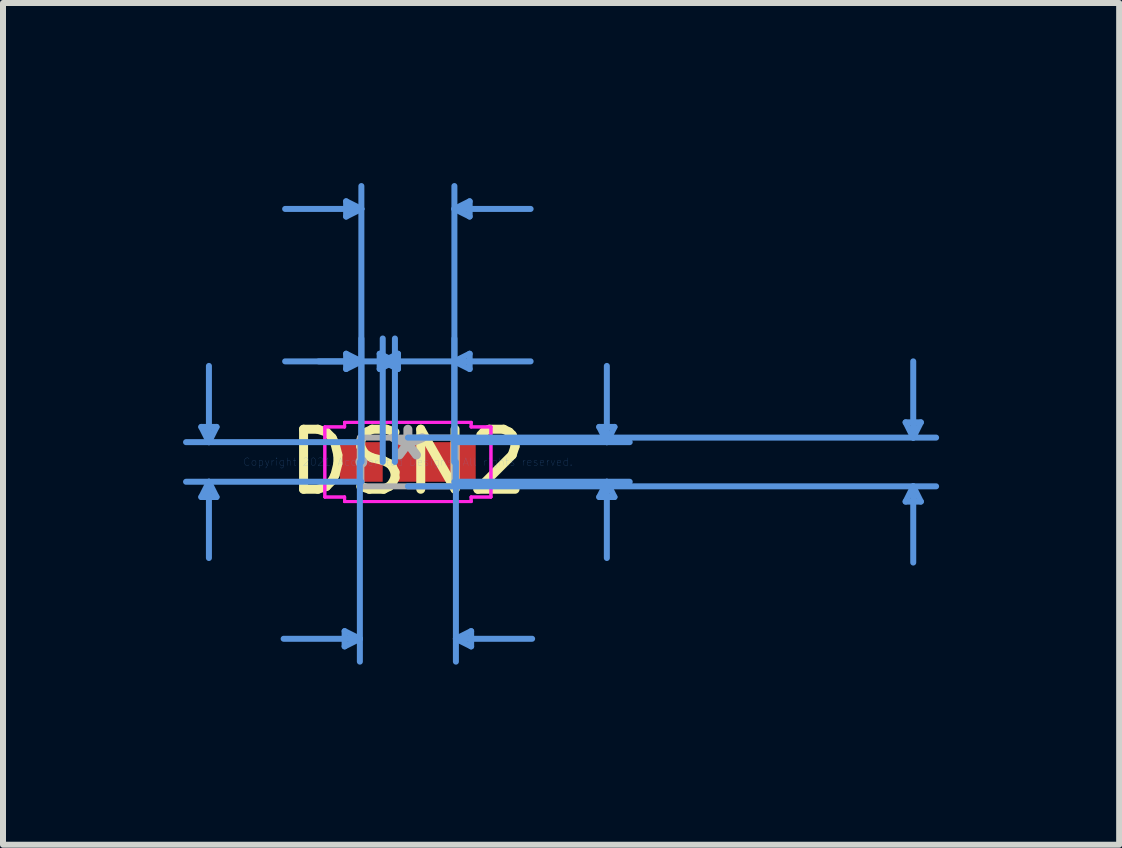
<source format=kicad_pcb>
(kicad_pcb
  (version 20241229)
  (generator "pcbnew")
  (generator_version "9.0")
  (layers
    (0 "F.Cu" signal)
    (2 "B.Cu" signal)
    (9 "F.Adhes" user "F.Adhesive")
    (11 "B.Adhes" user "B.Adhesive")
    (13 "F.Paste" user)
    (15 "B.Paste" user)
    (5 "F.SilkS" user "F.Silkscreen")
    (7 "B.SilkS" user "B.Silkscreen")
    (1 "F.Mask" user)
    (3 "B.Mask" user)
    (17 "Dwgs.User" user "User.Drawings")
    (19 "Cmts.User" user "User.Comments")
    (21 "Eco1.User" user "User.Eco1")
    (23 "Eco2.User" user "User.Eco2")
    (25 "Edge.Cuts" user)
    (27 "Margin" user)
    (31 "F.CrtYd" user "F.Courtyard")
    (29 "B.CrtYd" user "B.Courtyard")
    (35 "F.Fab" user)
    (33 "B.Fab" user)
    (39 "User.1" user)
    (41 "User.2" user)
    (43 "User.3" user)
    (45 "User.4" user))
  (footprint "DSN2"
    (layer "F.Cu")
    (at 3.746 4.647)
    (property "Reference" "DSN2" (at 0 0 0) (layer "F.SilkS") (effects (font (size 1 1) (thickness 0.15))))
    (attr through_hole)
    (fp_line (start -3.442 -0.584) (end -3.188 -0.584) (stroke (width 0.1) (type solid)) (layer "Cmts.User"))
    (fp_line (start -3.442 0.584) (end -3.188 0.584) (stroke (width 0.1) (type solid)) (layer "Cmts.User"))
    (fp_line (start -3.315 -0.33) (end -3.442 -0.584) (stroke (width 0.1) (type solid)) (layer "Cmts.User"))
    (fp_line (start -3.315 -0.33) (end -3.315 -1.6) (stroke (width 0.1) (type solid)) (layer "Cmts.User"))
    (fp_line (start -3.315 -0.33) (end -3.188 -0.584) (stroke (width 0.1) (type solid)) (layer "Cmts.User"))
    (fp_line (start -3.315 0.33) (end -3.442 0.584) (stroke (width 0.1) (type solid)) (layer "Cmts.User"))
    (fp_line (start -3.315 0.33) (end -3.315 1.6) (stroke (width 0.1) (type solid)) (layer "Cmts.User"))
    (fp_line (start -3.315 0.33) (end -3.188 0.584) (stroke (width 0.1) (type solid)) (layer "Cmts.User"))
    (fp_line (start -1.054 2.819) (end -1.054 3.073) (stroke (width 0.1) (type solid)) (layer "Cmts.User"))
    (fp_line (start -1.029 -4.343) (end -1.029 -4.089) (stroke (width 0.1) (type solid)) (layer "Cmts.User"))
    (fp_line (start -1.029 -1.803) (end -1.029 -1.549) (stroke (width 0.1) (type solid)) (layer "Cmts.User"))
    (fp_line (start -0.8 0) (end -0.8 3.327) (stroke (width 0.1) (type solid)) (layer "Cmts.User"))
    (fp_line (start -0.8 2.946) (end -2.07 2.946) (stroke (width 0.1) (type solid)) (layer "Cmts.User"))
    (fp_line (start -0.8 2.946) (end -1.054 2.819) (stroke (width 0.1) (type solid)) (layer "Cmts.User"))
    (fp_line (start -0.8 2.946) (end -1.054 3.073) (stroke (width 0.1) (type solid)) (layer "Cmts.User"))
    (fp_line (start -0.775 -4.216) (end -2.045 -4.216) (stroke (width 0.1) (type solid)) (layer "Cmts.User"))
    (fp_line (start -0.775 -4.216) (end -1.029 -4.343) (stroke (width 0.1) (type solid)) (layer "Cmts.User"))
    (fp_line (start -0.775 -4.216) (end -1.029 -4.089) (stroke (width 0.1) (type solid)) (layer "Cmts.User"))
    (fp_line (start -0.775 -1.676) (end -2.045 -1.676) (stroke (width 0.1) (type solid)) (layer "Cmts.User"))
    (fp_line (start -0.775 -1.676) (end -1.029 -1.803) (stroke (width 0.1) (type solid)) (layer "Cmts.User"))
    (fp_line (start -0.775 -1.676) (end -1.029 -1.549) (stroke (width 0.1) (type solid)) (layer "Cmts.User"))
    (fp_line (start -0.775 -0.33) (end -3.696 -0.33) (stroke (width 0.1) (type solid)) (layer "Cmts.User"))
    (fp_line (start -0.775 0) (end -0.775 -4.597) (stroke (width 0.1) (type solid)) (layer "Cmts.User"))
    (fp_line (start -0.775 0) (end -0.775 -2.057) (stroke (width 0.1) (type solid)) (layer "Cmts.User"))
    (fp_line (start -0.775 0.33) (end -3.696 0.33) (stroke (width 0.1) (type solid)) (layer "Cmts.User"))
    (fp_line (start -0.47 -1.803) (end -0.47 -1.549) (stroke (width 0.1) (type solid)) (layer "Cmts.User"))
    (fp_line (start -0.419 -1.676) (end -0.165 -1.803) (stroke (width 0.1) (type solid)) (layer "Cmts.User"))
    (fp_line (start -0.419 -1.676) (end -0.165 -1.549) (stroke (width 0.1) (type solid)) (layer "Cmts.User"))
    (fp_line (start -0.419 -1.676) (end 0.851 -1.676) (stroke (width 0.1) (type solid)) (layer "Cmts.User"))
    (fp_line (start -0.419 0) (end -0.419 -2.057) (stroke (width 0.1) (type solid)) (layer "Cmts.User"))
    (fp_line (start -0.216 -1.676) (end -1.486 -1.676) (stroke (width 0.1) (type solid)) (layer "Cmts.User"))
    (fp_line (start -0.216 -1.676) (end -0.47 -1.803) (stroke (width 0.1) (type solid)) (layer "Cmts.User"))
    (fp_line (start -0.216 -1.676) (end -0.47 -1.549) (stroke (width 0.1) (type solid)) (layer "Cmts.User"))
    (fp_line (start -0.216 0) (end -0.216 -2.057) (stroke (width 0.1) (type solid)) (layer "Cmts.User"))
    (fp_line (start -0.165 -1.803) (end -0.165 -1.549) (stroke (width 0.1) (type solid)) (layer "Cmts.User"))
    (fp_line (start 0 -0.406) (end 8.801 -0.406) (stroke (width 0.1) (type solid)) (layer "Cmts.User"))
    (fp_line (start 0 0.406) (end 8.801 0.406) (stroke (width 0.1) (type solid)) (layer "Cmts.User"))
    (fp_line (start 0.775 -4.216) (end 1.029 -4.343) (stroke (width 0.1) (type solid)) (layer "Cmts.User"))
    (fp_line (start 0.775 -4.216) (end 1.029 -4.089) (stroke (width 0.1) (type solid)) (layer "Cmts.User"))
    (fp_line (start 0.775 -4.216) (end 2.045 -4.216) (stroke (width 0.1) (type solid)) (layer "Cmts.User"))
    (fp_line (start 0.775 -1.676) (end 1.029 -1.803) (stroke (width 0.1) (type solid)) (layer "Cmts.User"))
    (fp_line (start 0.775 -1.676) (end 1.029 -1.549) (stroke (width 0.1) (type solid)) (layer "Cmts.User"))
    (fp_line (start 0.775 -1.676) (end 2.045 -1.676) (stroke (width 0.1) (type solid)) (layer "Cmts.User"))
    (fp_line (start 0.775 -0.33) (end 3.696 -0.33) (stroke (width 0.1) (type solid)) (layer "Cmts.User"))
    (fp_line (start 0.775 0) (end 0.775 -4.597) (stroke (width 0.1) (type solid)) (layer "Cmts.User"))
    (fp_line (start 0.775 0) (end 0.775 -2.057) (stroke (width 0.1) (type solid)) (layer "Cmts.User"))
    (fp_line (start 0.775 0.33) (end 3.696 0.33) (stroke (width 0.1) (type solid)) (layer "Cmts.User"))
    (fp_line (start 0.8 0) (end 0.8 3.327) (stroke (width 0.1) (type solid)) (layer "Cmts.User"))
    (fp_line (start 0.8 2.946) (end 1.054 2.819) (stroke (width 0.1) (type solid)) (layer "Cmts.User"))
    (fp_line (start 0.8 2.946) (end 1.054 3.073) (stroke (width 0.1) (type solid)) (layer "Cmts.User"))
    (fp_line (start 0.8 2.946) (end 2.07 2.946) (stroke (width 0.1) (type solid)) (layer "Cmts.User"))
    (fp_line (start 1.029 -4.343) (end 1.029 -4.089) (stroke (width 0.1) (type solid)) (layer "Cmts.User"))
    (fp_line (start 1.029 -1.803) (end 1.029 -1.549) (stroke (width 0.1) (type solid)) (layer "Cmts.User"))
    (fp_line (start 1.054 2.819) (end 1.054 3.073) (stroke (width 0.1) (type solid)) (layer "Cmts.User"))
    (fp_line (start 3.188 -0.584) (end 3.442 -0.584) (stroke (width 0.1) (type solid)) (layer "Cmts.User"))
    (fp_line (start 3.188 0.584) (end 3.442 0.584) (stroke (width 0.1) (type solid)) (layer "Cmts.User"))
    (fp_line (start 3.315 -0.33) (end 3.188 -0.584) (stroke (width 0.1) (type solid)) (layer "Cmts.User"))
    (fp_line (start 3.315 -0.33) (end 3.315 -1.6) (stroke (width 0.1) (type solid)) (layer "Cmts.User"))
    (fp_line (start 3.315 -0.33) (end 3.442 -0.584) (stroke (width 0.1) (type solid)) (layer "Cmts.User"))
    (fp_line (start 3.315 0.33) (end 3.188 0.584) (stroke (width 0.1) (type solid)) (layer "Cmts.User"))
    (fp_line (start 3.315 0.33) (end 3.315 1.6) (stroke (width 0.1) (type solid)) (layer "Cmts.User"))
    (fp_line (start 3.315 0.33) (end 3.442 0.584) (stroke (width 0.1) (type solid)) (layer "Cmts.User"))
    (fp_line (start 8.293 -0.66) (end 8.547 -0.66) (stroke (width 0.1) (type solid)) (layer "Cmts.User"))
    (fp_line (start 8.293 0.66) (end 8.547 0.66) (stroke (width 0.1) (type solid)) (layer "Cmts.User"))
    (fp_line (start 8.42 -0.406) (end 8.293 -0.66) (stroke (width 0.1) (type solid)) (layer "Cmts.User"))
    (fp_line (start 8.42 -0.406) (end 8.42 -1.676) (stroke (width 0.1) (type solid)) (layer "Cmts.User"))
    (fp_line (start 8.42 -0.406) (end 8.547 -0.66) (stroke (width 0.1) (type solid)) (layer "Cmts.User"))
    (fp_line (start 8.42 0.406) (end 8.293 0.66) (stroke (width 0.1) (type solid)) (layer "Cmts.User"))
    (fp_line (start 8.42 0.406) (end 8.42 1.676) (stroke (width 0.1) (type solid)) (layer "Cmts.User"))
    (fp_line (start 8.42 0.406) (end 8.547 0.66) (stroke (width 0.1) (type solid)) (layer "Cmts.User"))
    (fp_line (start -1.384 -0.584) (end -1.054 -0.584) (stroke (width 0.05) (type solid)) (layer "F.CrtYd"))
    (fp_line (start -1.384 -0.584) (end -1.054 -0.584) (stroke (width 0.05) (type solid)) (layer "F.CrtYd"))
    (fp_line (start -1.384 0.584) (end -1.384 -0.584) (stroke (width 0.05) (type solid)) (layer "F.CrtYd"))
    (fp_line (start -1.384 0.584) (end -1.384 -0.584) (stroke (width 0.05) (type solid)) (layer "F.CrtYd"))
    (fp_line (start -1.054 -0.66) (end 1.054 -0.66) (stroke (width 0.05) (type solid)) (layer "F.CrtYd"))
    (fp_line (start -1.054 -0.66) (end 1.054 -0.66) (stroke (width 0.05) (type solid)) (layer "F.CrtYd"))
    (fp_line (start -1.054 -0.584) (end -1.054 -0.66) (stroke (width 0.05) (type solid)) (layer "F.CrtYd"))
    (fp_line (start -1.054 -0.584) (end -1.054 -0.66) (stroke (width 0.05) (type solid)) (layer "F.CrtYd"))
    (fp_line (start -1.054 0.584) (end -1.384 0.584) (stroke (width 0.05) (type solid)) (layer "F.CrtYd"))
    (fp_line (start -1.054 0.584) (end -1.384 0.584) (stroke (width 0.05) (type solid)) (layer "F.CrtYd"))
    (fp_line (start -1.054 0.66) (end -1.054 0.584) (stroke (width 0.05) (type solid)) (layer "F.CrtYd"))
    (fp_line (start -1.054 0.66) (end -1.054 0.584) (stroke (width 0.05) (type solid)) (layer "F.CrtYd"))
    (fp_line (start 1.054 -0.66) (end 1.054 -0.584) (stroke (width 0.05) (type solid)) (layer "F.CrtYd"))
    (fp_line (start 1.054 -0.66) (end 1.054 -0.584) (stroke (width 0.05) (type solid)) (layer "F.CrtYd"))
    (fp_line (start 1.054 -0.584) (end 1.384 -0.584) (stroke (width 0.05) (type solid)) (layer "F.CrtYd"))
    (fp_line (start 1.054 -0.584) (end 1.384 -0.584) (stroke (width 0.05) (type solid)) (layer "F.CrtYd"))
    (fp_line (start 1.054 0.584) (end 1.054 0.66) (stroke (width 0.05) (type solid)) (layer "F.CrtYd"))
    (fp_line (start 1.054 0.584) (end 1.054 0.66) (stroke (width 0.05) (type solid)) (layer "F.CrtYd"))
    (fp_line (start 1.054 0.66) (end -1.054 0.66) (stroke (width 0.05) (type solid)) (layer "F.CrtYd"))
    (fp_line (start 1.054 0.66) (end -1.054 0.66) (stroke (width 0.05) (type solid)) (layer "F.CrtYd"))
    (fp_line (start 1.384 -0.584) (end 1.384 0.584) (stroke (width 0.05) (type solid)) (layer "F.CrtYd"))
    (fp_line (start 1.384 -0.584) (end 1.384 0.584) (stroke (width 0.05) (type solid)) (layer "F.CrtYd"))
    (fp_line (start 1.384 0.584) (end 1.054 0.584) (stroke (width 0.05) (type solid)) (layer "F.CrtYd"))
    (fp_line (start 1.384 0.584) (end 1.054 0.584) (stroke (width 0.05) (type solid)) (layer "F.CrtYd"))
    (fp_line (start -0.8 -0.406) (end -0.8 0.406) (stroke (width 0.1) (type solid)) (layer "F.Fab"))
    (fp_line (start -0.8 -0.33) (end -0.775 -0.33) (stroke (width 0.1) (type solid)) (layer "F.Fab"))
    (fp_line (start -0.8 0.33) (end -0.8 -0.33) (stroke (width 0.1) (type solid)) (layer "F.Fab"))
    (fp_line (start -0.8 0.406) (end 0.8 0.406) (stroke (width 0.1) (type solid)) (layer "F.Fab"))
    (fp_line (start -0.775 -0.33) (end -0.775 0.33) (stroke (width 0.1) (type solid)) (layer "F.Fab"))
    (fp_line (start -0.775 0.33) (end -0.8 0.33) (stroke (width 0.1) (type solid)) (layer "F.Fab"))
    (fp_line (start 0.775 -0.33) (end 0.8 -0.33) (stroke (width 0.1) (type solid)) (layer "F.Fab"))
    (fp_line (start 0.775 0.33) (end 0.775 -0.33) (stroke (width 0.1) (type solid)) (layer "F.Fab"))
    (fp_line (start 0.8 -0.406) (end -0.8 -0.406) (stroke (width 0.1) (type solid)) (layer "F.Fab"))
    (fp_line (start 0.8 -0.33) (end 0.8 0.33) (stroke (width 0.1) (type solid)) (layer "F.Fab"))
    (fp_line (start 0.8 0.33) (end 0.775 0.33) (stroke (width 0.1) (type solid)) (layer "F.Fab"))
    (fp_line (start 0.8 0.406) (end 0.8 -0.406) (stroke (width 0.1) (type solid)) (layer "F.Fab"))
    (fp_circle (center -0.775 0) (end -0.775 0) (stroke (width 0.1) (type solid)) (fill no) (layer "F.Fab"))
    (fp_text user "Copyright 2021 Accelerated Designs. All rights reserved." (at 0 0 0) (layer "Cmts.User") (effects (font (size 0.127 0.127) (thickness 0.002))))
    (fp_text user "*" (at 0 0 0) (layer "F.Fab") (effects (font (size 1 1) (thickness 0.15))))
    (pad "1" smd rect (at -0.775 0) (size 0.711 0.66) (layers "F.Cu" "F.Mask" "F.Paste"))
    (pad "2" smd rect (at 0.457 0) (size 1.346 0.66) (layers "F.Cu" "F.Mask" "F.Paste")))
  (gr_rect
    (start -3 -3)
    (end 15.597 11.025)
    (stroke (width 0.1) (type default))
    (fill no)
    (layer "Edge.Cuts")))
</source>
